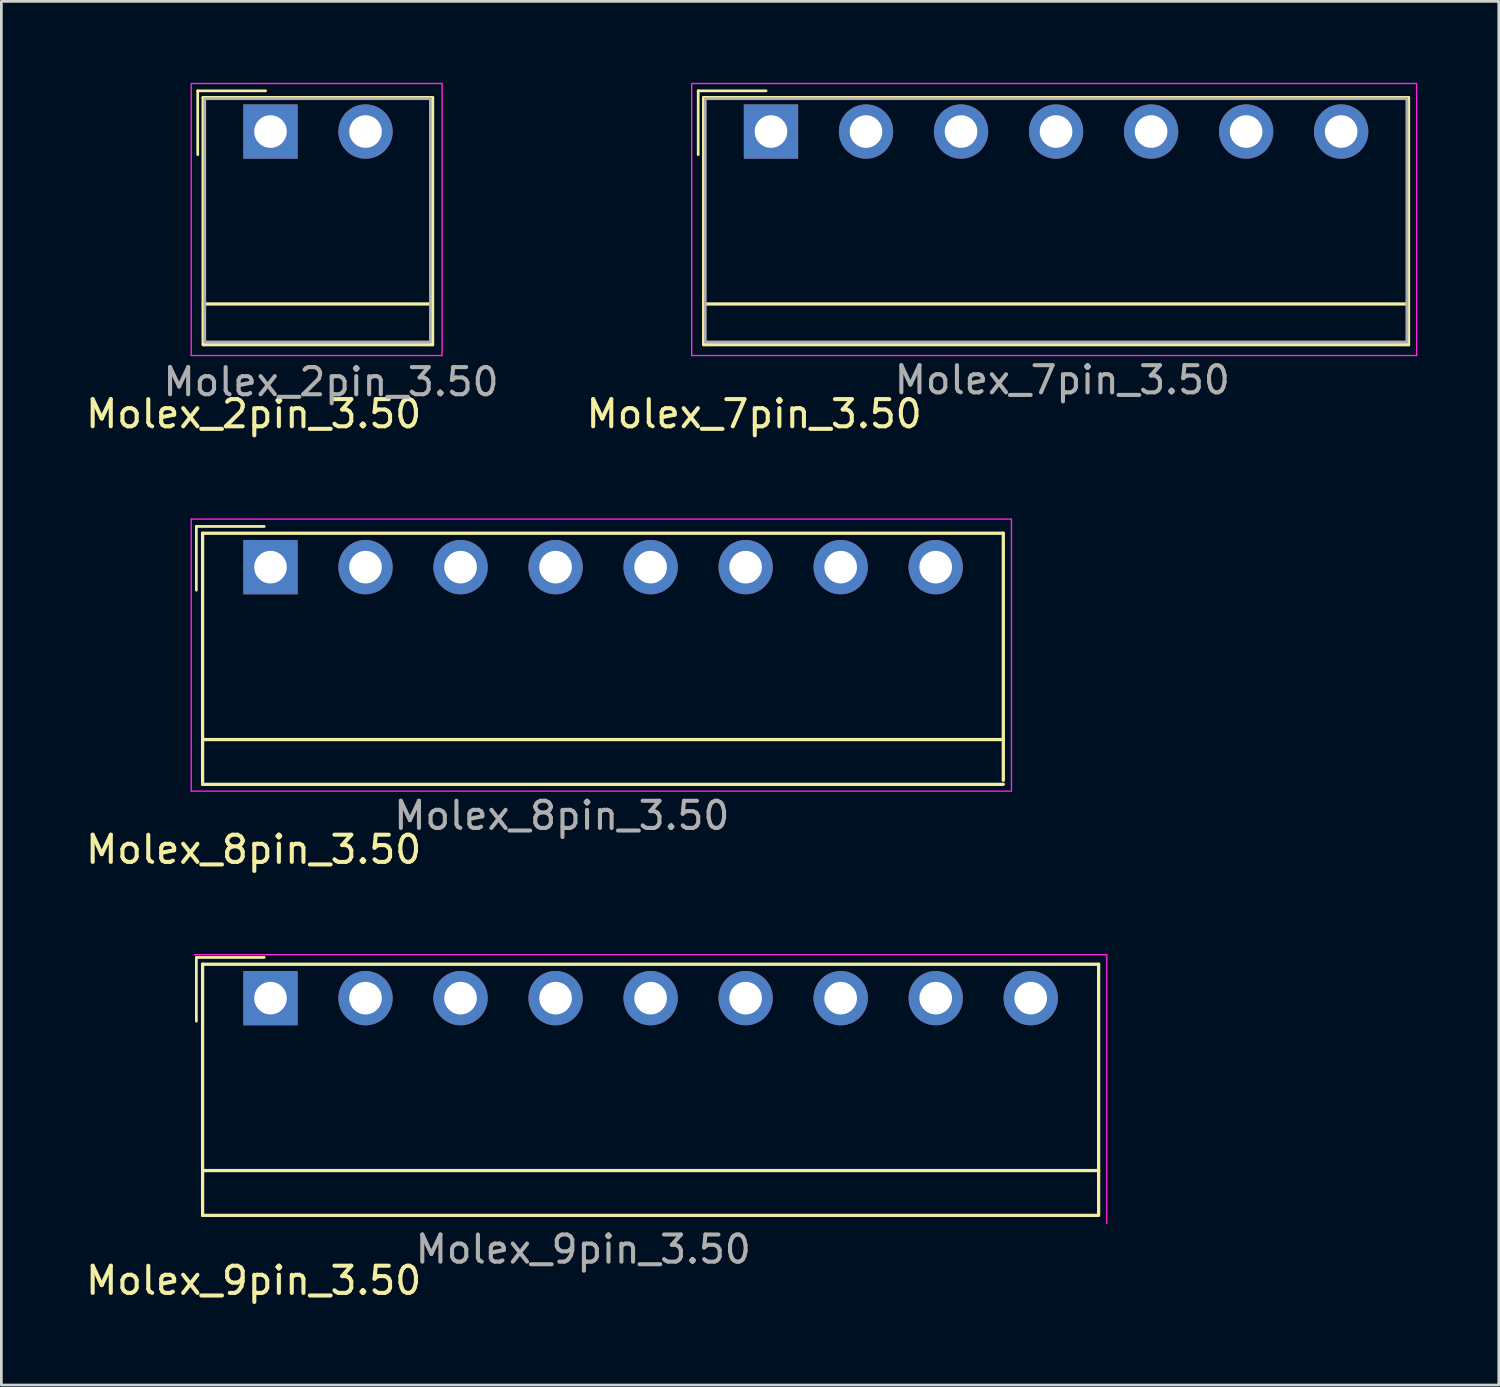
<source format=kicad_pcb>
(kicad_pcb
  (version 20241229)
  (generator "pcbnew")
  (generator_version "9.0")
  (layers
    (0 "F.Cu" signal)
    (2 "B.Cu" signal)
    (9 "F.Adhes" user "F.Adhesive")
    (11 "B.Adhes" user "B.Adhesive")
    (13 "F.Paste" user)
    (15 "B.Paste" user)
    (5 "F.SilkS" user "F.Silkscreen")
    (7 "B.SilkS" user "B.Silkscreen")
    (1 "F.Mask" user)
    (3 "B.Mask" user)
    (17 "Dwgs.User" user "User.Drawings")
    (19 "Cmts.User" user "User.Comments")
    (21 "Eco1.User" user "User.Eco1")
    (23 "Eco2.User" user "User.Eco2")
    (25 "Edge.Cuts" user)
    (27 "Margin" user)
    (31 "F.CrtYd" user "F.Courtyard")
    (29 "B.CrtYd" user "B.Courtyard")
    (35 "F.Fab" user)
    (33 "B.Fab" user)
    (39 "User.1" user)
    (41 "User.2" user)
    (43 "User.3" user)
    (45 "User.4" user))
  (footprint "Molex_9pin_3.50"
    (layer "F.Cu")
    (at 4.432 41.562)
    (property "Reference" "Molex_9pin_3.50" (at 1.86 2.55 0) (layer "F.SilkS") (effects (font (size 1 1) (thickness 0.15))))
    (attr through_hole)
    (fp_line (start -0.25 -9.35) (end 2.25 -9.35) (stroke (width 0.1) (type default)) (layer "F.SilkS"))
    (fp_line (start -0.25 -7) (end -0.25 -9.35) (stroke (width 0.1) (type default)) (layer "F.SilkS"))
    (fp_line (start -0.02 -9.1) (end -0.02 0.15) (stroke (width 0.12) (type solid)) (layer "F.SilkS"))
    (fp_line (start -0.02 -9.1) (end 32.98 -9.1) (stroke (width 0.12) (type solid)) (layer "F.SilkS"))
    (fp_line (start -0.02 -1.5) (end 32.98 -1.5) (stroke (width 0.12) (type solid)) (layer "F.SilkS"))
    (fp_line (start -0.02 0.15) (end 32.96 0.15) (stroke (width 0.12) (type solid)) (layer "F.SilkS"))
    (fp_line (start 32.98 -9.1) (end 32.98 0.15) (stroke (width 0.12) (type solid)) (layer "F.SilkS"))
    (fp_line (start -0.32 -9.45) (end -0.32 0.45) (stroke (width 0.05) (type default)) (layer "Margin"))
    (fp_line (start -0.32 0.45) (end 33.28 0.45) (stroke (width 0.05) (type default)) (layer "Margin"))
    (fp_line (start 33.28 -9.45) (end -0.32 -9.45) (stroke (width 0.05) (type solid)) (layer "F.CrtYd"))
    (fp_line (start 33.28 0.45) (end 33.28 -9.45) (stroke (width 0.05) (type solid)) (layer "F.CrtYd"))
    (fp_text user "${REFERENCE}" (at 14 1.4 0) (layer "F.Fab") (effects (font (size 1 1) (thickness 0.15))))
    (pad "1" thru_hole rect (at 2.48 -7.85) (size 2 2) (drill 1.2) (layers "*.Cu" "*.Mask"))
    (pad "2" thru_hole circle (at 5.98 -7.85) (size 2 2) (drill 1.2) (layers "*.Cu" "*.Mask"))
    (pad "3" thru_hole circle (at 9.48 -7.85) (size 2 2) (drill 1.2) (layers "*.Cu" "*.Mask"))
    (pad "4" thru_hole circle (at 12.98 -7.85) (size 2 2) (drill 1.2) (layers "*.Cu" "*.Mask"))
    (pad "5" thru_hole circle (at 16.48 -7.85) (size 2 2) (drill 1.2) (layers "*.Cu" "*.Mask"))
    (pad "6" thru_hole circle (at 19.98 -7.85 90) (size 2 2) (drill 1.2) (layers "*.Cu" "*.Mask"))
    (pad "7" thru_hole circle (at 23.48 -7.85) (size 2 2) (drill 1.2) (layers "*.Cu" "*.Mask"))
    (pad "8" thru_hole circle (at 26.98 -7.85) (size 2 2) (drill 1.2) (layers "*.Cu" "*.Mask"))
    (pad "9" thru_hole circle (at 30.48 -7.85) (size 2 2) (drill 1.2) (layers "*.Cu" "*.Mask")))
  (footprint "Molex_2pin_3.50"
    (layer "F.Cu")
    (at 4.432 9.645)
    (property "Reference" "Molex_2pin_3.50" (at 1.86 2.55 0) (layer "F.SilkS") (effects (font (size 1 1) (thickness 0.15))))
    (attr through_hole)
    (fp_line (start -0.2 -9.35) (end 2.3 -9.35) (stroke (width 0.1) (type default)) (layer "F.SilkS"))
    (fp_line (start -0.2 -7) (end -0.2 -9.35) (stroke (width 0.1) (type default)) (layer "F.SilkS"))
    (fp_line (start 0 -9.1) (end 0 0) (stroke (width 0.12) (type solid)) (layer "F.SilkS"))
    (fp_line (start 0 -9.1) (end 8.45 -9.1) (stroke (width 0.12) (type solid)) (layer "F.SilkS"))
    (fp_line (start 0.01 -1.5) (end 8.45 -1.5) (stroke (width 0.12) (type solid)) (layer "F.SilkS"))
    (fp_line (start 0.01 0) (end 8.45 0) (stroke (width 0.12) (type solid)) (layer "F.SilkS"))
    (fp_line (start 8.45 -9.1) (end 8.45 0) (stroke (width 0.12) (type solid)) (layer "F.SilkS"))
    (fp_line (start -0.44 -9.6) (end -0.44 0.4) (stroke (width 0.05) (type solid)) (layer "F.CrtYd"))
    (fp_line (start -0.44 0.4) (end 8.81 0.4) (stroke (width 0.05) (type solid)) (layer "F.CrtYd"))
    (fp_line (start 8.8 0.4) (end 8.8 -9.6) (stroke (width 0.05) (type solid)) (layer "F.CrtYd"))
    (fp_line (start 8.81 -9.62) (end -0.44 -9.62) (stroke (width 0.05) (type solid)) (layer "F.CrtYd"))
    (fp_line (start 0.06 -0.1) (end 0.06 -9.05) (stroke (width 0.1) (type solid)) (layer "F.Fab"))
    (fp_line (start 8.37 -9.06) (end 0.06 -9.06) (stroke (width 0.1) (type default)) (layer "F.Fab"))
    (fp_line (start 8.37 -9.06) (end 8.37 -0.1) (stroke (width 0.1) (type solid)) (layer "F.Fab"))
    (fp_line (start 8.37 -0.1) (end 0.06 -0.1) (stroke (width 0.1) (type solid)) (layer "F.Fab"))
    (fp_text user "${REFERENCE}" (at 4.71 1.37 0) (layer "F.Fab") (effects (font (size 1 1) (thickness 0.15))))
    (pad "1" thru_hole rect (at 2.48 -7.85) (size 2 2) (drill 1.2) (layers "*.Cu" "*.Mask"))
    (pad "2" thru_hole circle (at 5.98 -7.85) (size 2 2) (drill 1.2) (layers "*.Cu" "*.Mask")))
  (footprint "Molex_7pin_3.50"
    (layer "F.Cu")
    (at 22.865 9.645)
    (property "Reference" "Molex_7pin_3.50" (at 1.86 2.55 0) (layer "F.SilkS") (effects (font (size 1 1) (thickness 0.15))))
    (attr through_hole)
    (fp_line (start -0.2 -9.35) (end 2.3 -9.35) (stroke (width 0.1) (type default)) (layer "F.SilkS"))
    (fp_line (start -0.2 -7) (end -0.2 -9.35) (stroke (width 0.1) (type default)) (layer "F.SilkS"))
    (fp_line (start 0 -9.1) (end 0 0) (stroke (width 0.12) (type solid)) (layer "F.SilkS"))
    (fp_line (start 0 -9.1) (end 25.96 -9.1) (stroke (width 0.12) (type solid)) (layer "F.SilkS"))
    (fp_line (start 0.01 -1.5) (end 25.96 -1.5) (stroke (width 0.12) (type solid)) (layer "F.SilkS"))
    (fp_line (start 0.01 0) (end 25.96 0) (stroke (width 0.12) (type solid)) (layer "F.SilkS"))
    (fp_line (start 25.96 -9.1) (end 25.96 0) (stroke (width 0.12) (type solid)) (layer "F.SilkS"))
    (fp_line (start -0.44 -9.6) (end -0.44 0.4) (stroke (width 0.05) (type solid)) (layer "F.CrtYd"))
    (fp_line (start -0.44 0.4) (end 26.26 0.4) (stroke (width 0.05) (type solid)) (layer "F.CrtYd"))
    (fp_line (start 26.26 -9.62) (end -0.44 -9.62) (stroke (width 0.05) (type solid)) (layer "F.CrtYd"))
    (fp_line (start 26.26 0.4) (end 26.26 -9.6) (stroke (width 0.05) (type solid)) (layer "F.CrtYd"))
    (fp_line (start 0.06 -0.1) (end 0.06 -9.05) (stroke (width 0.1) (type solid)) (layer "F.Fab"))
    (fp_line (start 25.9 -9.06) (end 0.06 -9.06) (stroke (width 0.1) (type default)) (layer "F.Fab"))
    (fp_line (start 25.9 -9.05) (end 25.9 -0.1) (stroke (width 0.1) (type solid)) (layer "F.Fab"))
    (fp_line (start 25.9 -0.1) (end 0.06 -0.1) (stroke (width 0.1) (type solid)) (layer "F.Fab"))
    (fp_text user "${REFERENCE}" (at 13.21 1.3 0) (layer "F.Fab") (effects (font (size 1 1) (thickness 0.15))))
    (pad "1" thru_hole rect (at 2.48 -7.85) (size 2 2) (drill 1.2) (layers "*.Cu" "*.Mask"))
    (pad "2" thru_hole circle (at 5.98 -7.85) (size 2 2) (drill 1.2) (layers "*.Cu" "*.Mask"))
    (pad "3" thru_hole circle (at 9.48 -7.85) (size 2 2) (drill 1.2) (layers "*.Cu" "*.Mask"))
    (pad "4" thru_hole circle (at 12.98 -7.85) (size 2 2) (drill 1.2) (layers "*.Cu" "*.Mask"))
    (pad "5" thru_hole circle (at 16.48 -7.85) (size 2 2) (drill 1.2) (layers "*.Cu" "*.Mask"))
    (pad "6" thru_hole circle (at 19.98 -7.85 90) (size 2 2) (drill 1.2) (layers "*.Cu" "*.Mask"))
    (pad "7" thru_hole circle (at 23.48 -7.85) (size 2 2) (drill 1.2) (layers "*.Cu" "*.Mask")))
  (footprint "Molex_8pin_3.50"
    (layer "F.Cu")
    (at 4.432 25.688)
    (property "Reference" "Molex_8pin_3.50" (at 1.86 2.55 0) (layer "F.SilkS") (effects (font (size 1 1) (thickness 0.15))))
    (attr through_hole)
    (fp_line (start -0.25 -9.35) (end 2.25 -9.35) (stroke (width 0.1) (type default)) (layer "F.SilkS"))
    (fp_line (start -0.25 -7) (end -0.25 -9.35) (stroke (width 0.1) (type default)) (layer "F.SilkS"))
    (fp_line (start -0.02 -9.1) (end -0.02 0.15) (stroke (width 0.12) (type solid)) (layer "F.SilkS"))
    (fp_line (start -0.02 -9.1) (end 29.47 -9.1) (stroke (width 0.12) (type solid)) (layer "F.SilkS"))
    (fp_line (start -0.02 -1.5) (end 29.47 -1.5) (stroke (width 0.12) (type solid)) (layer "F.SilkS"))
    (fp_line (start -0.02 0.15) (end 29.47 0.15) (stroke (width 0.12) (type solid)) (layer "F.SilkS"))
    (fp_line (start 29.47 -9.1) (end 29.47 0) (stroke (width 0.12) (type solid)) (layer "F.SilkS"))
    (fp_line (start -0.44 -9.62) (end -0.44 0.4) (stroke (width 0.05) (type solid)) (layer "F.CrtYd"))
    (fp_line (start -0.44 0.4) (end 29.77 0.4) (stroke (width 0.05) (type solid)) (layer "F.CrtYd"))
    (fp_line (start 29.77 -9.62) (end -0.44 -9.62) (stroke (width 0.05) (type solid)) (layer "F.CrtYd"))
    (fp_line (start 29.77 0.4) (end 29.77 -9.62) (stroke (width 0.05) (type solid)) (layer "F.CrtYd"))
    (fp_text user "${REFERENCE}" (at 13.21 1.3 0) (layer "F.Fab") (effects (font (size 1 1) (thickness 0.15))))
    (pad "1" thru_hole rect (at 2.48 -7.85) (size 2 2) (drill 1.2) (layers "*.Cu" "*.Mask"))
    (pad "2" thru_hole circle (at 5.98 -7.85) (size 2 2) (drill 1.2) (layers "*.Cu" "*.Mask"))
    (pad "3" thru_hole circle (at 9.48 -7.85) (size 2 2) (drill 1.2) (layers "*.Cu" "*.Mask"))
    (pad "4" thru_hole circle (at 12.98 -7.85) (size 2 2) (drill 1.2) (layers "*.Cu" "*.Mask"))
    (pad "5" thru_hole circle (at 16.48 -7.85) (size 2 2) (drill 1.2) (layers "*.Cu" "*.Mask"))
    (pad "6" thru_hole circle (at 19.98 -7.85 90) (size 2 2) (drill 1.2) (layers "*.Cu" "*.Mask"))
    (pad "7" thru_hole circle (at 23.48 -7.85) (size 2 2) (drill 1.2) (layers "*.Cu" "*.Mask"))
    (pad "8" thru_hole circle (at 26.98 -7.85) (size 2 2) (drill 1.2) (layers "*.Cu" "*.Mask")))
  (gr_rect
    (start -3 -3)
    (end 52.15 47.96)
    (stroke (width 0.1) (type default))
    (fill no)
    (layer "Edge.Cuts")))
</source>
